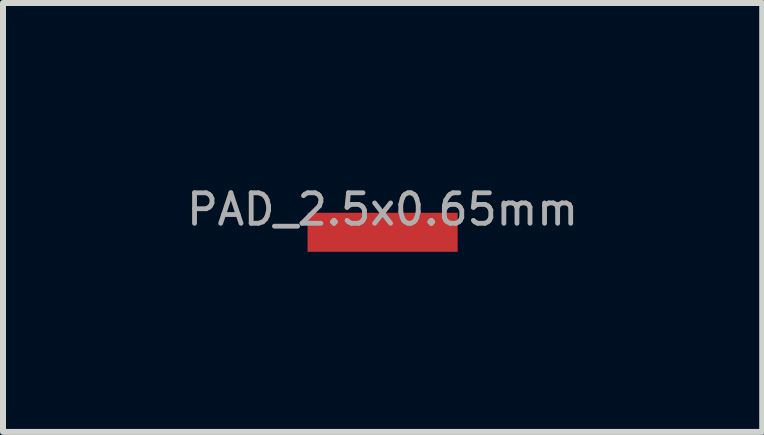
<source format=kicad_pcb>
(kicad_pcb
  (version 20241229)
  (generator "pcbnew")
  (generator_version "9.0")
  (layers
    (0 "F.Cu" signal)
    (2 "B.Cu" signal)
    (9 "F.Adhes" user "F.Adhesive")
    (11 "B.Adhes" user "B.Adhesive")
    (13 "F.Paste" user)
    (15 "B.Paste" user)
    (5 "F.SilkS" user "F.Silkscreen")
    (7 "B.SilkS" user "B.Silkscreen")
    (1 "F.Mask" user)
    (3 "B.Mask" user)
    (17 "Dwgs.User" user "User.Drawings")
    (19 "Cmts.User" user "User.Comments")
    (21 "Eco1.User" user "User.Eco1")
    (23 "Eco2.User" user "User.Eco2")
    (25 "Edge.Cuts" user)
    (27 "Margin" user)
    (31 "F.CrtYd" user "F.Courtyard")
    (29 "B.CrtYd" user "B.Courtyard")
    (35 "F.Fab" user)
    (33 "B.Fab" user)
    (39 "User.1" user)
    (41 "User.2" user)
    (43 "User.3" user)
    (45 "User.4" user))
  (footprint "PAD_2.5x0.65mm"
    (layer "F.Cu")
    (at 3.323 0.819)
    (property "Reference" "PAD_2.5x0.65mm" (at 0 -0.381 0) (unlocked yes) (layer "F.Fab") (effects (font (size 0.508 0.508) (thickness 0.08))))
    (attr smd)
    (pad "1" smd rect (at 0 0) (size 2.5 0.65) (layers "F.Cu" "F.Mask" "F.Paste")))
  (gr_rect
    (start -3 -3)
    (end 9.646 4.144)
    (stroke (width 0.1) (type default))
    (fill no)
    (layer "Edge.Cuts")))
</source>
